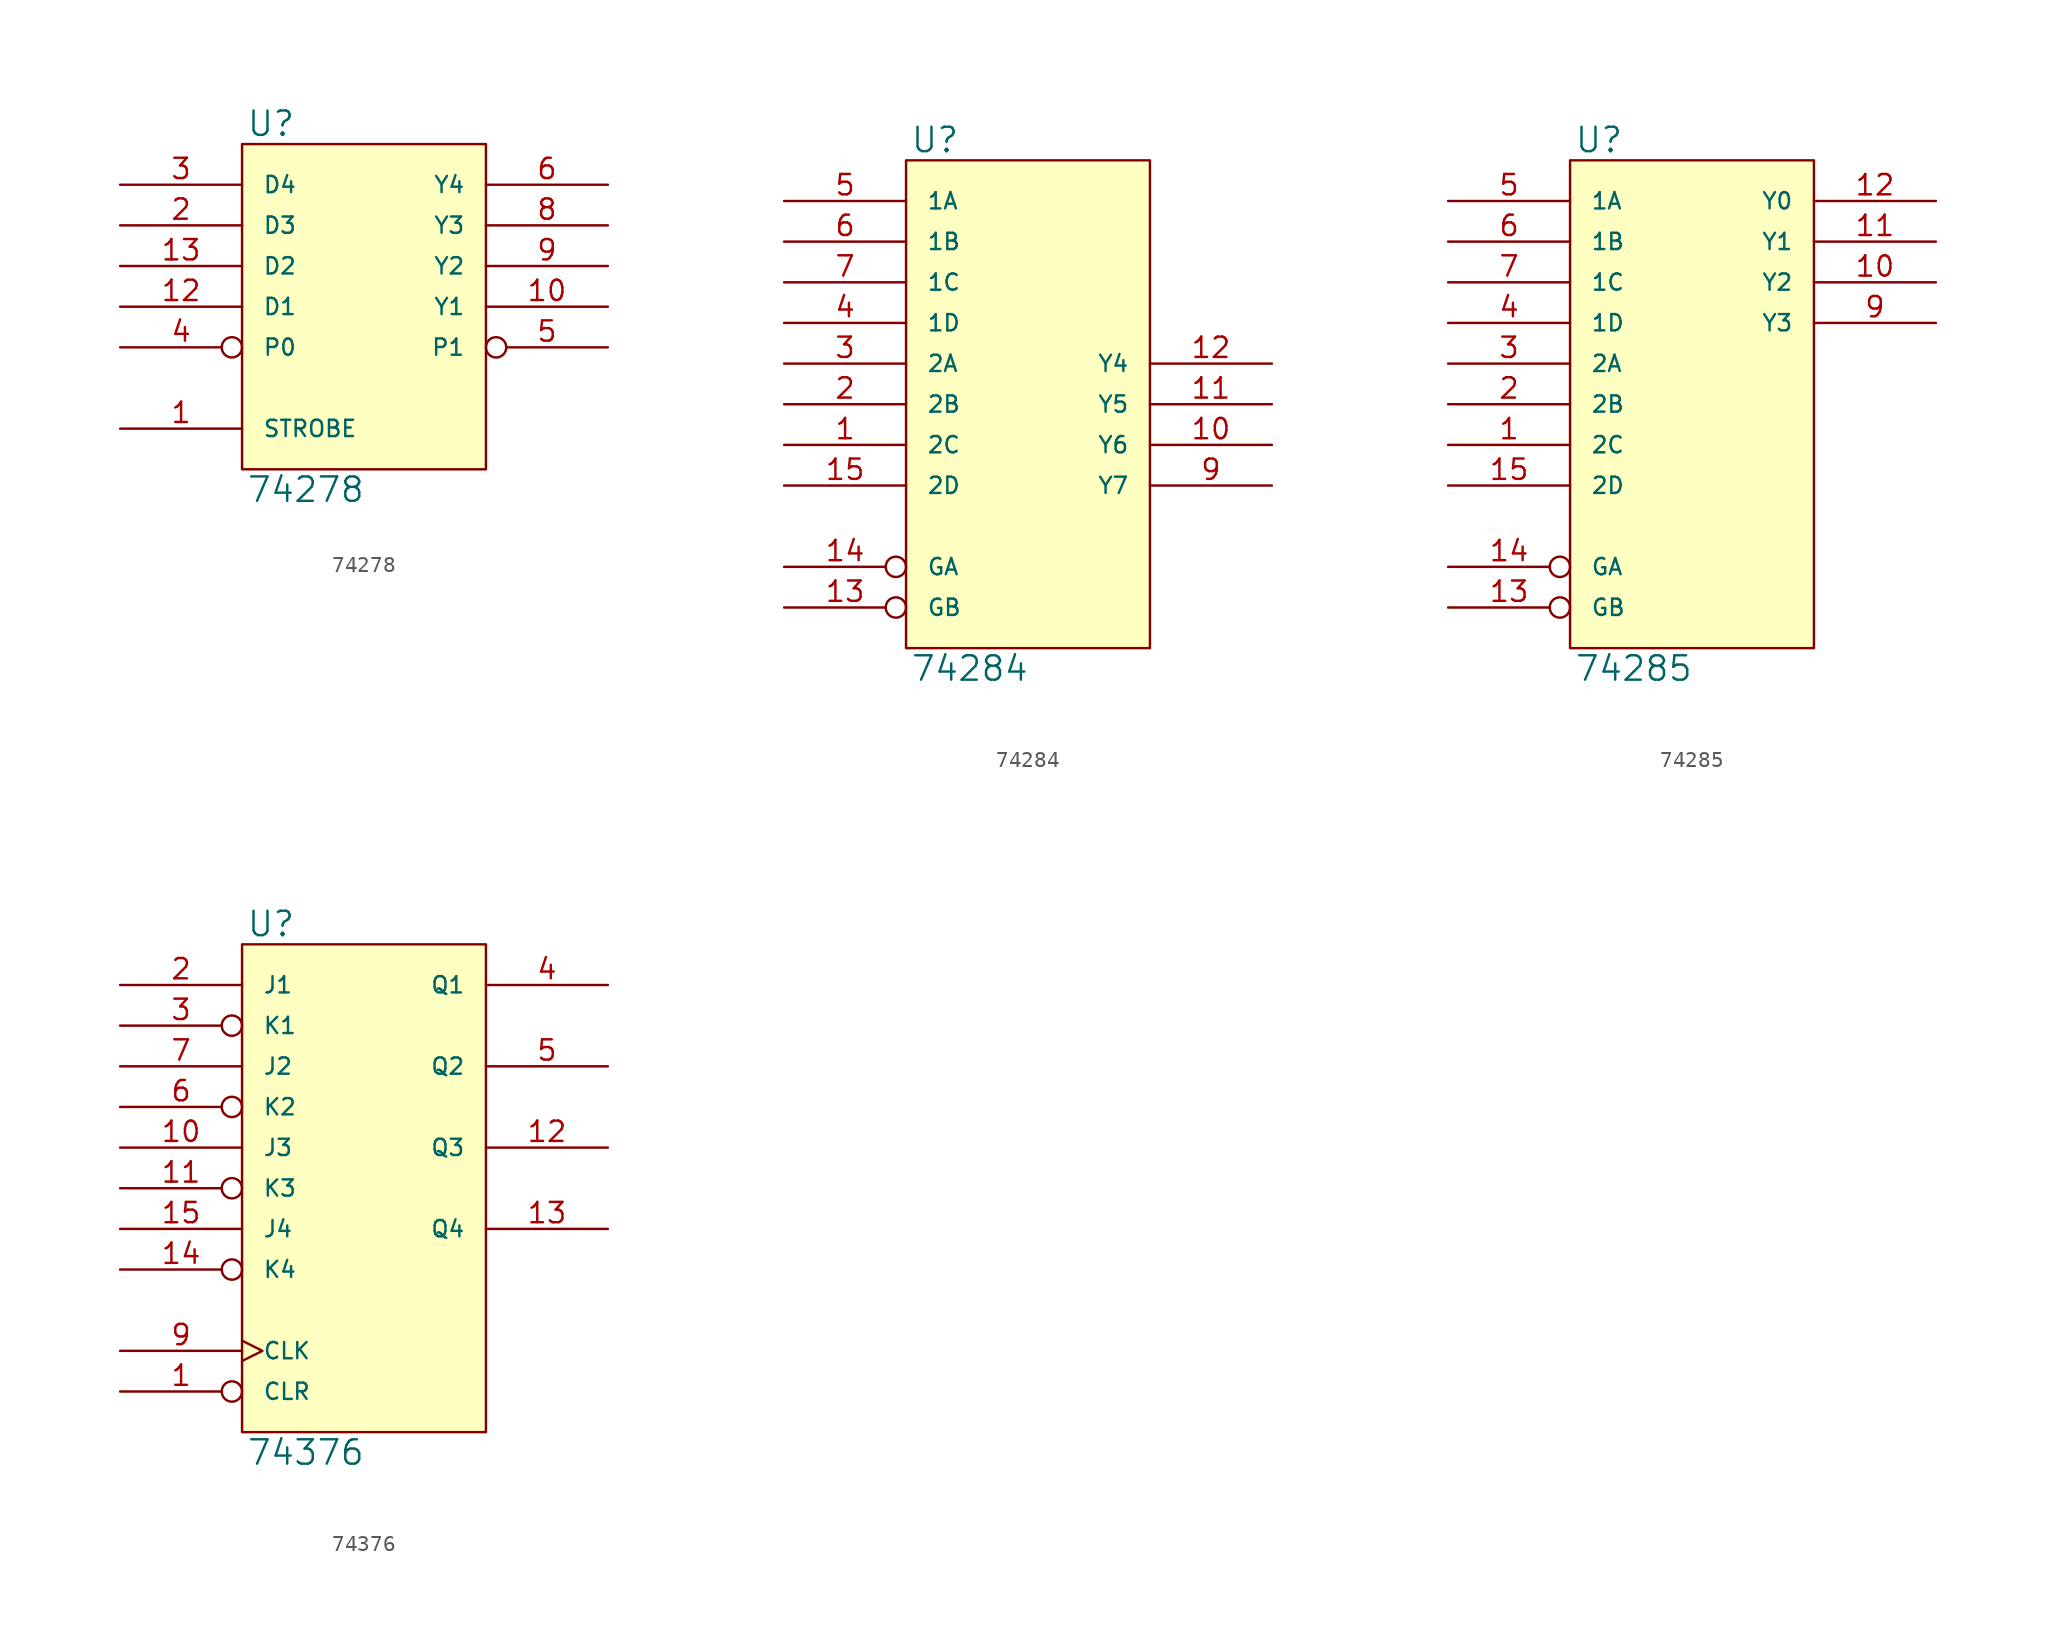
<source format=kicad_sym>
(kicad_symbol_lib
  (version 20231120)
  (generator "kicad_symbol_editor")
  (generator_version "8.0")
  (symbol "74278"
    (pin_names
      (offset 1.27))
    (property "Reference" "U"
      (at 0.254 0.381 0)
      (effects (font (size 1.524 1.524)) (justify left bottom)))
    (property "Value" "74278"
      (at 0.254 -20.701 0)
      (effects (font (size 1.524 1.524)) (justify left top)))
    (symbol "74278_0_1"
      (rectangle (start 0 0) (end 15.24 -20.32) (stroke (width 0) (type solid)) (fill (type background))))
    (symbol "74278_1_1"
      (pin input line (at -7.62 -17.78 0) (length 7.62) (name "STROBE" (effects (font (size 1.016 1.016)))) (number "1" (effects (font (size 1.27 1.27)))))
      (pin output line (at 22.86 -10.16 180) (length 7.62) (name "Y1" (effects (font (size 1.016 1.016)))) (number "10" (effects (font (size 1.27 1.27)))))
      (pin input line (at -7.62 -10.16 0) (length 7.62) (name "D1" (effects (font (size 1.016 1.016)))) (number "12" (effects (font (size 1.27 1.27)))))
      (pin input line (at -7.62 -7.62 0) (length 7.62) (name "D2" (effects (font (size 1.016 1.016)))) (number "13" (effects (font (size 1.27 1.27)))))
      (pin power_in line (at 0 0 270) (length 0) hide (name "VCC" (effects (font (size 1.016 1.016)))) (number "14" (effects (font (size 1.27 1.27)))))
      (pin input line (at -7.62 -5.08 0) (length 7.62) (name "D3" (effects (font (size 1.016 1.016)))) (number "2" (effects (font (size 1.27 1.27)))))
      (pin input line (at -7.62 -2.54 0) (length 7.62) (name "D4" (effects (font (size 1.016 1.016)))) (number "3" (effects (font (size 1.27 1.27)))))
      (pin input inverted (at -7.62 -12.7 0) (length 7.62) (name "P0" (effects (font (size 1.016 1.016)))) (number "4" (effects (font (size 1.27 1.27)))))
      (pin output inverted (at 22.86 -12.7 180) (length 7.62) (name "P1" (effects (font (size 1.016 1.016)))) (number "5" (effects (font (size 1.27 1.27)))))
      (pin output line (at 22.86 -2.54 180) (length 7.62) (name "Y4" (effects (font (size 1.016 1.016)))) (number "6" (effects (font (size 1.27 1.27)))))
      (pin power_in line (at 0 -20.32 90) (length 0) hide (name "GND" (effects (font (size 1.016 1.016)))) (number "7" (effects (font (size 1.27 1.27)))))
      (pin output line (at 22.86 -5.08 180) (length 7.62) (name "Y3" (effects (font (size 1.016 1.016)))) (number "8" (effects (font (size 1.27 1.27)))))
      (pin output line (at 22.86 -7.62 180) (length 7.62) (name "Y2" (effects (font (size 1.016 1.016)))) (number "9" (effects (font (size 1.27 1.27)))))))
  (symbol "74284"
    (pin_names
      (offset 1.27))
    (property "Reference" "U"
      (at 0.254 0.381 0)
      (effects (font (size 1.524 1.524)) (justify left bottom)))
    (property "Value" "74284"
      (at 0.254 -30.861 0)
      (effects (font (size 1.524 1.524)) (justify left top)))
    (symbol "74284_0_1"
      (rectangle (start 0 0) (end 15.24 -30.48) (stroke (width 0) (type solid)) (fill (type background))))
    (symbol "74284_1_1"
      (pin input line (at -7.62 -17.78 0) (length 7.62) (name "2C" (effects (font (size 1.016 1.016)))) (number "1" (effects (font (size 1.27 1.27)))))
      (pin open_collector line (at 22.86 -17.78 180) (length 7.62) (name "Y6" (effects (font (size 1.016 1.016)))) (number "10" (effects (font (size 1.27 1.27)))))
      (pin open_collector line (at 22.86 -15.24 180) (length 7.62) (name "Y5" (effects (font (size 1.016 1.016)))) (number "11" (effects (font (size 1.27 1.27)))))
      (pin open_collector line (at 22.86 -12.7 180) (length 7.62) (name "Y4" (effects (font (size 1.016 1.016)))) (number "12" (effects (font (size 1.27 1.27)))))
      (pin input inverted (at -7.62 -27.94 0) (length 7.62) (name "GB" (effects (font (size 1.016 1.016)))) (number "13" (effects (font (size 1.27 1.27)))))
      (pin input inverted (at -7.62 -25.4 0) (length 7.62) (name "GA" (effects (font (size 1.016 1.016)))) (number "14" (effects (font (size 1.27 1.27)))))
      (pin input line (at -7.62 -20.32 0) (length 7.62) (name "2D" (effects (font (size 1.016 1.016)))) (number "15" (effects (font (size 1.27 1.27)))))
      (pin power_in line (at 0 0 270) (length 0) hide (name "VCC" (effects (font (size 1.016 1.016)))) (number "16" (effects (font (size 1.27 1.27)))))
      (pin input line (at -7.62 -15.24 0) (length 7.62) (name "2B" (effects (font (size 1.016 1.016)))) (number "2" (effects (font (size 1.27 1.27)))))
      (pin input line (at -7.62 -12.7 0) (length 7.62) (name "2A" (effects (font (size 1.016 1.016)))) (number "3" (effects (font (size 1.27 1.27)))))
      (pin input line (at -7.62 -10.16 0) (length 7.62) (name "1D" (effects (font (size 1.016 1.016)))) (number "4" (effects (font (size 1.27 1.27)))))
      (pin input line (at -7.62 -2.54 0) (length 7.62) (name "1A" (effects (font (size 1.016 1.016)))) (number "5" (effects (font (size 1.27 1.27)))))
      (pin input line (at -7.62 -5.08 0) (length 7.62) (name "1B" (effects (font (size 1.016 1.016)))) (number "6" (effects (font (size 1.27 1.27)))))
      (pin input line (at -7.62 -7.62 0) (length 7.62) (name "1C" (effects (font (size 1.016 1.016)))) (number "7" (effects (font (size 1.27 1.27)))))
      (pin power_in line (at 0 -30.48 90) (length 0) hide (name "GND" (effects (font (size 1.016 1.016)))) (number "8" (effects (font (size 1.27 1.27)))))
      (pin open_collector line (at 22.86 -20.32 180) (length 7.62) (name "Y7" (effects (font (size 1.016 1.016)))) (number "9" (effects (font (size 1.27 1.27)))))))
  (symbol "74285"
    (pin_names
      (offset 1.27))
    (property "Reference" "U"
      (at 0.254 0.381 0)
      (effects (font (size 1.524 1.524)) (justify left bottom)))
    (property "Value" "74285"
      (at 0.254 -30.861 0)
      (effects (font (size 1.524 1.524)) (justify left top)))
    (symbol "74285_0_1"
      (rectangle (start 0 0) (end 15.24 -30.48) (stroke (width 0) (type solid)) (fill (type background))))
    (symbol "74285_1_1"
      (pin input line (at -7.62 -17.78 0) (length 7.62) (name "2C" (effects (font (size 1.016 1.016)))) (number "1" (effects (font (size 1.27 1.27)))))
      (pin open_collector line (at 22.86 -7.62 180) (length 7.62) (name "Y2" (effects (font (size 1.016 1.016)))) (number "10" (effects (font (size 1.27 1.27)))))
      (pin open_collector line (at 22.86 -5.08 180) (length 7.62) (name "Y1" (effects (font (size 1.016 1.016)))) (number "11" (effects (font (size 1.27 1.27)))))
      (pin open_collector line (at 22.86 -2.54 180) (length 7.62) (name "Y0" (effects (font (size 1.016 1.016)))) (number "12" (effects (font (size 1.27 1.27)))))
      (pin input inverted (at -7.62 -27.94 0) (length 7.62) (name "GB" (effects (font (size 1.016 1.016)))) (number "13" (effects (font (size 1.27 1.27)))))
      (pin input inverted (at -7.62 -25.4 0) (length 7.62) (name "GA" (effects (font (size 1.016 1.016)))) (number "14" (effects (font (size 1.27 1.27)))))
      (pin input line (at -7.62 -20.32 0) (length 7.62) (name "2D" (effects (font (size 1.016 1.016)))) (number "15" (effects (font (size 1.27 1.27)))))
      (pin power_in line (at 0 0 270) (length 0) hide (name "VCC" (effects (font (size 1.016 1.016)))) (number "16" (effects (font (size 1.27 1.27)))))
      (pin input line (at -7.62 -15.24 0) (length 7.62) (name "2B" (effects (font (size 1.016 1.016)))) (number "2" (effects (font (size 1.27 1.27)))))
      (pin input line (at -7.62 -12.7 0) (length 7.62) (name "2A" (effects (font (size 1.016 1.016)))) (number "3" (effects (font (size 1.27 1.27)))))
      (pin input line (at -7.62 -10.16 0) (length 7.62) (name "1D" (effects (font (size 1.016 1.016)))) (number "4" (effects (font (size 1.27 1.27)))))
      (pin input line (at -7.62 -2.54 0) (length 7.62) (name "1A" (effects (font (size 1.016 1.016)))) (number "5" (effects (font (size 1.27 1.27)))))
      (pin input line (at -7.62 -5.08 0) (length 7.62) (name "1B" (effects (font (size 1.016 1.016)))) (number "6" (effects (font (size 1.27 1.27)))))
      (pin input line (at -7.62 -7.62 0) (length 7.62) (name "1C" (effects (font (size 1.016 1.016)))) (number "7" (effects (font (size 1.27 1.27)))))
      (pin power_in line (at 0 -30.48 90) (length 0) hide (name "GND" (effects (font (size 1.016 1.016)))) (number "8" (effects (font (size 1.27 1.27)))))
      (pin open_collector line (at 22.86 -10.16 180) (length 7.62) (name "Y3" (effects (font (size 1.016 1.016)))) (number "9" (effects (font (size 1.27 1.27)))))))
  (symbol "74376"
    (pin_names
      (offset 1.27))
    (property "Reference" "U"
      (at 0.254 0.381 0)
      (effects (font (size 1.524 1.524)) (justify left bottom)))
    (property "Value" "74376"
      (at 0.254 -30.861 0)
      (effects (font (size 1.524 1.524)) (justify left top)))
    (symbol "74376_0_1"
      (rectangle (start 0 0) (end 15.24 -30.48) (stroke (width 0) (type solid)) (fill (type background))))
    (symbol "74376_1_1"
      (pin input inverted (at -7.62 -27.94 0) (length 7.62) (name "CLR" (effects (font (size 1.016 1.016)))) (number "1" (effects (font (size 1.27 1.27)))))
      (pin input line (at -7.62 -12.7 0) (length 7.62) (name "J3" (effects (font (size 1.016 1.016)))) (number "10" (effects (font (size 1.27 1.27)))))
      (pin input inverted (at -7.62 -15.24 0) (length 7.62) (name "K3" (effects (font (size 1.016 1.016)))) (number "11" (effects (font (size 1.27 1.27)))))
      (pin output line (at 22.86 -12.7 180) (length 7.62) (name "Q3" (effects (font (size 1.016 1.016)))) (number "12" (effects (font (size 1.27 1.27)))))
      (pin output line (at 22.86 -17.78 180) (length 7.62) (name "Q4" (effects (font (size 1.016 1.016)))) (number "13" (effects (font (size 1.27 1.27)))))
      (pin input inverted (at -7.62 -20.32 0) (length 7.62) (name "K4" (effects (font (size 1.016 1.016)))) (number "14" (effects (font (size 1.27 1.27)))))
      (pin input line (at -7.62 -17.78 0) (length 7.62) (name "J4" (effects (font (size 1.016 1.016)))) (number "15" (effects (font (size 1.27 1.27)))))
      (pin power_in line (at 0 0 270) (length 0) hide (name "VCC" (effects (font (size 1.016 1.016)))) (number "16" (effects (font (size 1.27 1.27)))))
      (pin input line (at -7.62 -2.54 0) (length 7.62) (name "J1" (effects (font (size 1.016 1.016)))) (number "2" (effects (font (size 1.27 1.27)))))
      (pin input inverted (at -7.62 -5.08 0) (length 7.62) (name "K1" (effects (font (size 1.016 1.016)))) (number "3" (effects (font (size 1.27 1.27)))))
      (pin output line (at 22.86 -2.54 180) (length 7.62) (name "Q1" (effects (font (size 1.016 1.016)))) (number "4" (effects (font (size 1.27 1.27)))))
      (pin output line (at 22.86 -7.62 180) (length 7.62) (name "Q2" (effects (font (size 1.016 1.016)))) (number "5" (effects (font (size 1.27 1.27)))))
      (pin input inverted (at -7.62 -10.16 0) (length 7.62) (name "K2" (effects (font (size 1.016 1.016)))) (number "6" (effects (font (size 1.27 1.27)))))
      (pin input line (at -7.62 -7.62 0) (length 7.62) (name "J2" (effects (font (size 1.016 1.016)))) (number "7" (effects (font (size 1.27 1.27)))))
      (pin power_in line (at 0 -30.48 90) (length 0) hide (name "GND" (effects (font (size 1.016 1.016)))) (number "8" (effects (font (size 1.27 1.27)))))
      (pin input clock (at -7.62 -25.4 0) (length 7.62) (name "CLK" (effects (font (size 1.016 1.016)))) (number "9" (effects (font (size 1.27 1.27))))))))
</source>
